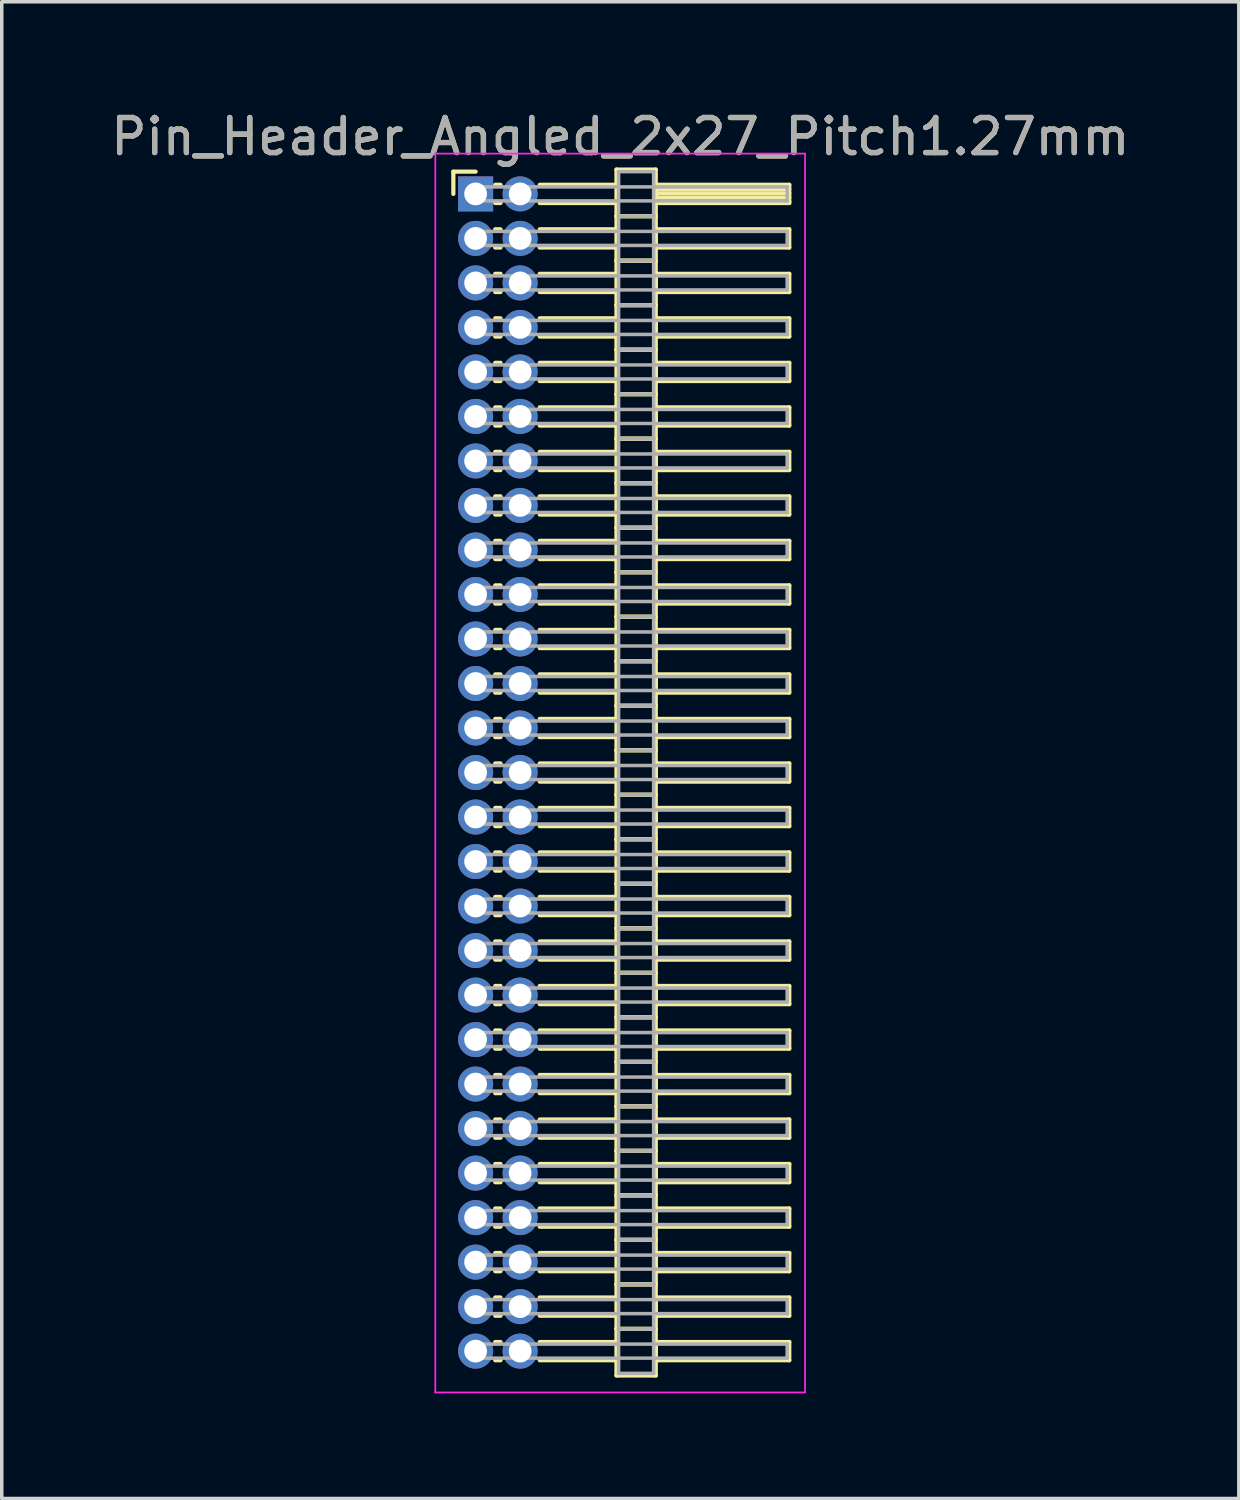
<source format=kicad_pcb>
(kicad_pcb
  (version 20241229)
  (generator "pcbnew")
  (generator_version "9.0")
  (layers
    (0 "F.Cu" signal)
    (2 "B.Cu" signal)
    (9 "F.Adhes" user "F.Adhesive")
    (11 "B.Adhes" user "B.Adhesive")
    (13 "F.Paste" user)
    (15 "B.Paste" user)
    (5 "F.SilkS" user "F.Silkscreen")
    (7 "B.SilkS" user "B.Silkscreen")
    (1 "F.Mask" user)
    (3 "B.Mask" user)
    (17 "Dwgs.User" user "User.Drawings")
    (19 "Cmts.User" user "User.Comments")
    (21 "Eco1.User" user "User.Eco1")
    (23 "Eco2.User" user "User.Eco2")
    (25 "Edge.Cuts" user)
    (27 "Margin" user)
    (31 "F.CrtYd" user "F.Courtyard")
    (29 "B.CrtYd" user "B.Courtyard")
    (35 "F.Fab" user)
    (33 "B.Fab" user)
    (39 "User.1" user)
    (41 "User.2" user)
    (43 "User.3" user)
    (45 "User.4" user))
  (footprint "Pin_Header_Angled_2x27_Pitch1.27mm"
    (layer "F.Cu")
    (at 10.521 2.483)
    (property "Reference" "Pin_Header_Angled_2x27_Pitch1.27mm" (at 4.128 -1.635 0) (layer "F.SilkS") (effects (font (size 1 1) (thickness 0.15))))
    (attr through_hole)
    (fp_line (start -0.635 -0.635) (end 0 -0.635) (stroke (width 0.12) (type solid)) (layer "F.SilkS"))
    (fp_line (start -0.635 0) (end -0.635 -0.635) (stroke (width 0.12) (type solid)) (layer "F.SilkS"))
    (fp_line (start 0.56 -0.26) (end 0.71 -0.26) (stroke (width 0.12) (type solid)) (layer "F.SilkS"))
    (fp_line (start 0.56 0.26) (end 0.71 0.26) (stroke (width 0.12) (type solid)) (layer "F.SilkS"))
    (fp_line (start 0.56 1.01) (end 0.71 1.01) (stroke (width 0.12) (type solid)) (layer "F.SilkS"))
    (fp_line (start 0.56 1.53) (end 0.71 1.53) (stroke (width 0.12) (type solid)) (layer "F.SilkS"))
    (fp_line (start 0.56 2.28) (end 0.71 2.28) (stroke (width 0.12) (type solid)) (layer "F.SilkS"))
    (fp_line (start 0.56 2.8) (end 0.71 2.8) (stroke (width 0.12) (type solid)) (layer "F.SilkS"))
    (fp_line (start 0.56 3.55) (end 0.71 3.55) (stroke (width 0.12) (type solid)) (layer "F.SilkS"))
    (fp_line (start 0.56 4.07) (end 0.71 4.07) (stroke (width 0.12) (type solid)) (layer "F.SilkS"))
    (fp_line (start 0.56 4.82) (end 0.71 4.82) (stroke (width 0.12) (type solid)) (layer "F.SilkS"))
    (fp_line (start 0.56 5.34) (end 0.71 5.34) (stroke (width 0.12) (type solid)) (layer "F.SilkS"))
    (fp_line (start 0.56 6.09) (end 0.71 6.09) (stroke (width 0.12) (type solid)) (layer "F.SilkS"))
    (fp_line (start 0.56 6.61) (end 0.71 6.61) (stroke (width 0.12) (type solid)) (layer "F.SilkS"))
    (fp_line (start 0.56 7.36) (end 0.71 7.36) (stroke (width 0.12) (type solid)) (layer "F.SilkS"))
    (fp_line (start 0.56 7.88) (end 0.71 7.88) (stroke (width 0.12) (type solid)) (layer "F.SilkS"))
    (fp_line (start 0.56 8.63) (end 0.71 8.63) (stroke (width 0.12) (type solid)) (layer "F.SilkS"))
    (fp_line (start 0.56 9.15) (end 0.71 9.15) (stroke (width 0.12) (type solid)) (layer "F.SilkS"))
    (fp_line (start 0.56 9.9) (end 0.71 9.9) (stroke (width 0.12) (type solid)) (layer "F.SilkS"))
    (fp_line (start 0.56 10.42) (end 0.71 10.42) (stroke (width 0.12) (type solid)) (layer "F.SilkS"))
    (fp_line (start 0.56 11.17) (end 0.71 11.17) (stroke (width 0.12) (type solid)) (layer "F.SilkS"))
    (fp_line (start 0.56 11.69) (end 0.71 11.69) (stroke (width 0.12) (type solid)) (layer "F.SilkS"))
    (fp_line (start 0.56 12.44) (end 0.71 12.44) (stroke (width 0.12) (type solid)) (layer "F.SilkS"))
    (fp_line (start 0.56 12.96) (end 0.71 12.96) (stroke (width 0.12) (type solid)) (layer "F.SilkS"))
    (fp_line (start 0.56 13.71) (end 0.71 13.71) (stroke (width 0.12) (type solid)) (layer "F.SilkS"))
    (fp_line (start 0.56 14.23) (end 0.71 14.23) (stroke (width 0.12) (type solid)) (layer "F.SilkS"))
    (fp_line (start 0.56 14.98) (end 0.71 14.98) (stroke (width 0.12) (type solid)) (layer "F.SilkS"))
    (fp_line (start 0.56 15.5) (end 0.71 15.5) (stroke (width 0.12) (type solid)) (layer "F.SilkS"))
    (fp_line (start 0.56 16.25) (end 0.71 16.25) (stroke (width 0.12) (type solid)) (layer "F.SilkS"))
    (fp_line (start 0.56 16.77) (end 0.71 16.77) (stroke (width 0.12) (type solid)) (layer "F.SilkS"))
    (fp_line (start 0.56 17.52) (end 0.71 17.52) (stroke (width 0.12) (type solid)) (layer "F.SilkS"))
    (fp_line (start 0.56 18.04) (end 0.71 18.04) (stroke (width 0.12) (type solid)) (layer "F.SilkS"))
    (fp_line (start 0.56 18.79) (end 0.71 18.79) (stroke (width 0.12) (type solid)) (layer "F.SilkS"))
    (fp_line (start 0.56 19.31) (end 0.71 19.31) (stroke (width 0.12) (type solid)) (layer "F.SilkS"))
    (fp_line (start 0.56 20.06) (end 0.71 20.06) (stroke (width 0.12) (type solid)) (layer "F.SilkS"))
    (fp_line (start 0.56 20.58) (end 0.71 20.58) (stroke (width 0.12) (type solid)) (layer "F.SilkS"))
    (fp_line (start 0.56 21.33) (end 0.71 21.33) (stroke (width 0.12) (type solid)) (layer "F.SilkS"))
    (fp_line (start 0.56 21.85) (end 0.71 21.85) (stroke (width 0.12) (type solid)) (layer "F.SilkS"))
    (fp_line (start 0.56 22.6) (end 0.71 22.6) (stroke (width 0.12) (type solid)) (layer "F.SilkS"))
    (fp_line (start 0.56 23.12) (end 0.71 23.12) (stroke (width 0.12) (type solid)) (layer "F.SilkS"))
    (fp_line (start 0.56 23.87) (end 0.71 23.87) (stroke (width 0.12) (type solid)) (layer "F.SilkS"))
    (fp_line (start 0.56 24.39) (end 0.71 24.39) (stroke (width 0.12) (type solid)) (layer "F.SilkS"))
    (fp_line (start 0.56 25.14) (end 0.71 25.14) (stroke (width 0.12) (type solid)) (layer "F.SilkS"))
    (fp_line (start 0.56 25.66) (end 0.71 25.66) (stroke (width 0.12) (type solid)) (layer "F.SilkS"))
    (fp_line (start 0.56 26.41) (end 0.71 26.41) (stroke (width 0.12) (type solid)) (layer "F.SilkS"))
    (fp_line (start 0.56 26.93) (end 0.71 26.93) (stroke (width 0.12) (type solid)) (layer "F.SilkS"))
    (fp_line (start 0.56 27.68) (end 0.71 27.68) (stroke (width 0.12) (type solid)) (layer "F.SilkS"))
    (fp_line (start 0.56 28.2) (end 0.71 28.2) (stroke (width 0.12) (type solid)) (layer "F.SilkS"))
    (fp_line (start 0.56 28.95) (end 0.71 28.95) (stroke (width 0.12) (type solid)) (layer "F.SilkS"))
    (fp_line (start 0.56 29.47) (end 0.71 29.47) (stroke (width 0.12) (type solid)) (layer "F.SilkS"))
    (fp_line (start 0.56 30.22) (end 0.71 30.22) (stroke (width 0.12) (type solid)) (layer "F.SilkS"))
    (fp_line (start 0.56 30.74) (end 0.71 30.74) (stroke (width 0.12) (type solid)) (layer "F.SilkS"))
    (fp_line (start 0.56 31.49) (end 0.71 31.49) (stroke (width 0.12) (type solid)) (layer "F.SilkS"))
    (fp_line (start 0.56 32.01) (end 0.71 32.01) (stroke (width 0.12) (type solid)) (layer "F.SilkS"))
    (fp_line (start 0.56 32.76) (end 0.71 32.76) (stroke (width 0.12) (type solid)) (layer "F.SilkS"))
    (fp_line (start 0.56 33.28) (end 0.71 33.28) (stroke (width 0.12) (type solid)) (layer "F.SilkS"))
    (fp_line (start 1.83 -0.26) (end 4.02 -0.26) (stroke (width 0.12) (type solid)) (layer "F.SilkS"))
    (fp_line (start 1.83 0.26) (end 4.02 0.26) (stroke (width 0.12) (type solid)) (layer "F.SilkS"))
    (fp_line (start 1.83 1.01) (end 4.02 1.01) (stroke (width 0.12) (type solid)) (layer "F.SilkS"))
    (fp_line (start 1.83 1.53) (end 4.02 1.53) (stroke (width 0.12) (type solid)) (layer "F.SilkS"))
    (fp_line (start 1.83 2.28) (end 4.02 2.28) (stroke (width 0.12) (type solid)) (layer "F.SilkS"))
    (fp_line (start 1.83 2.8) (end 4.02 2.8) (stroke (width 0.12) (type solid)) (layer "F.SilkS"))
    (fp_line (start 1.83 3.55) (end 4.02 3.55) (stroke (width 0.12) (type solid)) (layer "F.SilkS"))
    (fp_line (start 1.83 4.07) (end 4.02 4.07) (stroke (width 0.12) (type solid)) (layer "F.SilkS"))
    (fp_line (start 1.83 4.82) (end 4.02 4.82) (stroke (width 0.12) (type solid)) (layer "F.SilkS"))
    (fp_line (start 1.83 5.34) (end 4.02 5.34) (stroke (width 0.12) (type solid)) (layer "F.SilkS"))
    (fp_line (start 1.83 6.09) (end 4.02 6.09) (stroke (width 0.12) (type solid)) (layer "F.SilkS"))
    (fp_line (start 1.83 6.61) (end 4.02 6.61) (stroke (width 0.12) (type solid)) (layer "F.SilkS"))
    (fp_line (start 1.83 7.36) (end 4.02 7.36) (stroke (width 0.12) (type solid)) (layer "F.SilkS"))
    (fp_line (start 1.83 7.88) (end 4.02 7.88) (stroke (width 0.12) (type solid)) (layer "F.SilkS"))
    (fp_line (start 1.83 8.63) (end 4.02 8.63) (stroke (width 0.12) (type solid)) (layer "F.SilkS"))
    (fp_line (start 1.83 9.15) (end 4.02 9.15) (stroke (width 0.12) (type solid)) (layer "F.SilkS"))
    (fp_line (start 1.83 9.9) (end 4.02 9.9) (stroke (width 0.12) (type solid)) (layer "F.SilkS"))
    (fp_line (start 1.83 10.42) (end 4.02 10.42) (stroke (width 0.12) (type solid)) (layer "F.SilkS"))
    (fp_line (start 1.83 11.17) (end 4.02 11.17) (stroke (width 0.12) (type solid)) (layer "F.SilkS"))
    (fp_line (start 1.83 11.69) (end 4.02 11.69) (stroke (width 0.12) (type solid)) (layer "F.SilkS"))
    (fp_line (start 1.83 12.44) (end 4.02 12.44) (stroke (width 0.12) (type solid)) (layer "F.SilkS"))
    (fp_line (start 1.83 12.96) (end 4.02 12.96) (stroke (width 0.12) (type solid)) (layer "F.SilkS"))
    (fp_line (start 1.83 13.71) (end 4.02 13.71) (stroke (width 0.12) (type solid)) (layer "F.SilkS"))
    (fp_line (start 1.83 14.23) (end 4.02 14.23) (stroke (width 0.12) (type solid)) (layer "F.SilkS"))
    (fp_line (start 1.83 14.98) (end 4.02 14.98) (stroke (width 0.12) (type solid)) (layer "F.SilkS"))
    (fp_line (start 1.83 15.5) (end 4.02 15.5) (stroke (width 0.12) (type solid)) (layer "F.SilkS"))
    (fp_line (start 1.83 16.25) (end 4.02 16.25) (stroke (width 0.12) (type solid)) (layer "F.SilkS"))
    (fp_line (start 1.83 16.77) (end 4.02 16.77) (stroke (width 0.12) (type solid)) (layer "F.SilkS"))
    (fp_line (start 1.83 17.52) (end 4.02 17.52) (stroke (width 0.12) (type solid)) (layer "F.SilkS"))
    (fp_line (start 1.83 18.04) (end 4.02 18.04) (stroke (width 0.12) (type solid)) (layer "F.SilkS"))
    (fp_line (start 1.83 18.79) (end 4.02 18.79) (stroke (width 0.12) (type solid)) (layer "F.SilkS"))
    (fp_line (start 1.83 19.31) (end 4.02 19.31) (stroke (width 0.12) (type solid)) (layer "F.SilkS"))
    (fp_line (start 1.83 20.06) (end 4.02 20.06) (stroke (width 0.12) (type solid)) (layer "F.SilkS"))
    (fp_line (start 1.83 20.58) (end 4.02 20.58) (stroke (width 0.12) (type solid)) (layer "F.SilkS"))
    (fp_line (start 1.83 21.33) (end 4.02 21.33) (stroke (width 0.12) (type solid)) (layer "F.SilkS"))
    (fp_line (start 1.83 21.85) (end 4.02 21.85) (stroke (width 0.12) (type solid)) (layer "F.SilkS"))
    (fp_line (start 1.83 22.6) (end 4.02 22.6) (stroke (width 0.12) (type solid)) (layer "F.SilkS"))
    (fp_line (start 1.83 23.12) (end 4.02 23.12) (stroke (width 0.12) (type solid)) (layer "F.SilkS"))
    (fp_line (start 1.83 23.87) (end 4.02 23.87) (stroke (width 0.12) (type solid)) (layer "F.SilkS"))
    (fp_line (start 1.83 24.39) (end 4.02 24.39) (stroke (width 0.12) (type solid)) (layer "F.SilkS"))
    (fp_line (start 1.83 25.14) (end 4.02 25.14) (stroke (width 0.12) (type solid)) (layer "F.SilkS"))
    (fp_line (start 1.83 25.66) (end 4.02 25.66) (stroke (width 0.12) (type solid)) (layer "F.SilkS"))
    (fp_line (start 1.83 26.41) (end 4.02 26.41) (stroke (width 0.12) (type solid)) (layer "F.SilkS"))
    (fp_line (start 1.83 26.93) (end 4.02 26.93) (stroke (width 0.12) (type solid)) (layer "F.SilkS"))
    (fp_line (start 1.83 27.68) (end 4.02 27.68) (stroke (width 0.12) (type solid)) (layer "F.SilkS"))
    (fp_line (start 1.83 28.2) (end 4.02 28.2) (stroke (width 0.12) (type solid)) (layer "F.SilkS"))
    (fp_line (start 1.83 28.95) (end 4.02 28.95) (stroke (width 0.12) (type solid)) (layer "F.SilkS"))
    (fp_line (start 1.83 29.47) (end 4.02 29.47) (stroke (width 0.12) (type solid)) (layer "F.SilkS"))
    (fp_line (start 1.83 30.22) (end 4.02 30.22) (stroke (width 0.12) (type solid)) (layer "F.SilkS"))
    (fp_line (start 1.83 30.74) (end 4.02 30.74) (stroke (width 0.12) (type solid)) (layer "F.SilkS"))
    (fp_line (start 1.83 31.49) (end 4.02 31.49) (stroke (width 0.12) (type solid)) (layer "F.SilkS"))
    (fp_line (start 1.83 32.01) (end 4.02 32.01) (stroke (width 0.12) (type solid)) (layer "F.SilkS"))
    (fp_line (start 1.83 32.76) (end 4.02 32.76) (stroke (width 0.12) (type solid)) (layer "F.SilkS"))
    (fp_line (start 1.83 33.28) (end 4.02 33.28) (stroke (width 0.12) (type solid)) (layer "F.SilkS"))
    (fp_line (start 4.02 -0.695) (end 4.02 0.635) (stroke (width 0.12) (type solid)) (layer "F.SilkS"))
    (fp_line (start 4.02 0.635) (end 4.02 1.905) (stroke (width 0.12) (type solid)) (layer "F.SilkS"))
    (fp_line (start 4.02 0.635) (end 5.14 0.635) (stroke (width 0.12) (type solid)) (layer "F.SilkS"))
    (fp_line (start 4.02 1.905) (end 4.02 3.175) (stroke (width 0.12) (type solid)) (layer "F.SilkS"))
    (fp_line (start 4.02 1.905) (end 5.14 1.905) (stroke (width 0.12) (type solid)) (layer "F.SilkS"))
    (fp_line (start 4.02 3.175) (end 4.02 4.445) (stroke (width 0.12) (type solid)) (layer "F.SilkS"))
    (fp_line (start 4.02 3.175) (end 5.14 3.175) (stroke (width 0.12) (type solid)) (layer "F.SilkS"))
    (fp_line (start 4.02 4.445) (end 4.02 5.715) (stroke (width 0.12) (type solid)) (layer "F.SilkS"))
    (fp_line (start 4.02 4.445) (end 5.14 4.445) (stroke (width 0.12) (type solid)) (layer "F.SilkS"))
    (fp_line (start 4.02 5.715) (end 4.02 6.985) (stroke (width 0.12) (type solid)) (layer "F.SilkS"))
    (fp_line (start 4.02 5.715) (end 5.14 5.715) (stroke (width 0.12) (type solid)) (layer "F.SilkS"))
    (fp_line (start 4.02 6.985) (end 4.02 8.255) (stroke (width 0.12) (type solid)) (layer "F.SilkS"))
    (fp_line (start 4.02 6.985) (end 5.14 6.985) (stroke (width 0.12) (type solid)) (layer "F.SilkS"))
    (fp_line (start 4.02 8.255) (end 4.02 9.525) (stroke (width 0.12) (type solid)) (layer "F.SilkS"))
    (fp_line (start 4.02 8.255) (end 5.14 8.255) (stroke (width 0.12) (type solid)) (layer "F.SilkS"))
    (fp_line (start 4.02 9.525) (end 4.02 10.795) (stroke (width 0.12) (type solid)) (layer "F.SilkS"))
    (fp_line (start 4.02 9.525) (end 5.14 9.525) (stroke (width 0.12) (type solid)) (layer "F.SilkS"))
    (fp_line (start 4.02 10.795) (end 4.02 12.065) (stroke (width 0.12) (type solid)) (layer "F.SilkS"))
    (fp_line (start 4.02 10.795) (end 5.14 10.795) (stroke (width 0.12) (type solid)) (layer "F.SilkS"))
    (fp_line (start 4.02 12.065) (end 4.02 13.335) (stroke (width 0.12) (type solid)) (layer "F.SilkS"))
    (fp_line (start 4.02 12.065) (end 5.14 12.065) (stroke (width 0.12) (type solid)) (layer "F.SilkS"))
    (fp_line (start 4.02 13.335) (end 4.02 14.605) (stroke (width 0.12) (type solid)) (layer "F.SilkS"))
    (fp_line (start 4.02 13.335) (end 5.14 13.335) (stroke (width 0.12) (type solid)) (layer "F.SilkS"))
    (fp_line (start 4.02 14.605) (end 4.02 15.875) (stroke (width 0.12) (type solid)) (layer "F.SilkS"))
    (fp_line (start 4.02 14.605) (end 5.14 14.605) (stroke (width 0.12) (type solid)) (layer "F.SilkS"))
    (fp_line (start 4.02 15.875) (end 4.02 17.145) (stroke (width 0.12) (type solid)) (layer "F.SilkS"))
    (fp_line (start 4.02 15.875) (end 5.14 15.875) (stroke (width 0.12) (type solid)) (layer "F.SilkS"))
    (fp_line (start 4.02 17.145) (end 4.02 18.415) (stroke (width 0.12) (type solid)) (layer "F.SilkS"))
    (fp_line (start 4.02 17.145) (end 5.14 17.145) (stroke (width 0.12) (type solid)) (layer "F.SilkS"))
    (fp_line (start 4.02 18.415) (end 4.02 19.685) (stroke (width 0.12) (type solid)) (layer "F.SilkS"))
    (fp_line (start 4.02 18.415) (end 5.14 18.415) (stroke (width 0.12) (type solid)) (layer "F.SilkS"))
    (fp_line (start 4.02 19.685) (end 4.02 20.955) (stroke (width 0.12) (type solid)) (layer "F.SilkS"))
    (fp_line (start 4.02 19.685) (end 5.14 19.685) (stroke (width 0.12) (type solid)) (layer "F.SilkS"))
    (fp_line (start 4.02 20.955) (end 4.02 22.225) (stroke (width 0.12) (type solid)) (layer "F.SilkS"))
    (fp_line (start 4.02 20.955) (end 5.14 20.955) (stroke (width 0.12) (type solid)) (layer "F.SilkS"))
    (fp_line (start 4.02 22.225) (end 4.02 23.495) (stroke (width 0.12) (type solid)) (layer "F.SilkS"))
    (fp_line (start 4.02 22.225) (end 5.14 22.225) (stroke (width 0.12) (type solid)) (layer "F.SilkS"))
    (fp_line (start 4.02 23.495) (end 4.02 24.765) (stroke (width 0.12) (type solid)) (layer "F.SilkS"))
    (fp_line (start 4.02 23.495) (end 5.14 23.495) (stroke (width 0.12) (type solid)) (layer "F.SilkS"))
    (fp_line (start 4.02 24.765) (end 4.02 26.035) (stroke (width 0.12) (type solid)) (layer "F.SilkS"))
    (fp_line (start 4.02 24.765) (end 5.14 24.765) (stroke (width 0.12) (type solid)) (layer "F.SilkS"))
    (fp_line (start 4.02 26.035) (end 4.02 27.305) (stroke (width 0.12) (type solid)) (layer "F.SilkS"))
    (fp_line (start 4.02 26.035) (end 5.14 26.035) (stroke (width 0.12) (type solid)) (layer "F.SilkS"))
    (fp_line (start 4.02 27.305) (end 4.02 28.575) (stroke (width 0.12) (type solid)) (layer "F.SilkS"))
    (fp_line (start 4.02 27.305) (end 5.14 27.305) (stroke (width 0.12) (type solid)) (layer "F.SilkS"))
    (fp_line (start 4.02 28.575) (end 4.02 29.845) (stroke (width 0.12) (type solid)) (layer "F.SilkS"))
    (fp_line (start 4.02 28.575) (end 5.14 28.575) (stroke (width 0.12) (type solid)) (layer "F.SilkS"))
    (fp_line (start 4.02 29.845) (end 4.02 31.115) (stroke (width 0.12) (type solid)) (layer "F.SilkS"))
    (fp_line (start 4.02 29.845) (end 5.14 29.845) (stroke (width 0.12) (type solid)) (layer "F.SilkS"))
    (fp_line (start 4.02 31.115) (end 4.02 32.385) (stroke (width 0.12) (type solid)) (layer "F.SilkS"))
    (fp_line (start 4.02 31.115) (end 5.14 31.115) (stroke (width 0.12) (type solid)) (layer "F.SilkS"))
    (fp_line (start 4.02 32.385) (end 4.02 33.715) (stroke (width 0.12) (type solid)) (layer "F.SilkS"))
    (fp_line (start 4.02 32.385) (end 5.14 32.385) (stroke (width 0.12) (type solid)) (layer "F.SilkS"))
    (fp_line (start 4.02 33.715) (end 5.14 33.715) (stroke (width 0.12) (type solid)) (layer "F.SilkS"))
    (fp_line (start 5.14 -0.695) (end 4.02 -0.695) (stroke (width 0.12) (type solid)) (layer "F.SilkS"))
    (fp_line (start 5.14 -0.26) (end 5.14 0.26) (stroke (width 0.12) (type solid)) (layer "F.SilkS"))
    (fp_line (start 5.14 -0.14) (end 8.95 -0.14) (stroke (width 0.12) (type solid)) (layer "F.SilkS"))
    (fp_line (start 5.14 -0.02) (end 8.95 -0.02) (stroke (width 0.12) (type solid)) (layer "F.SilkS"))
    (fp_line (start 5.14 0.1) (end 8.95 0.1) (stroke (width 0.12) (type solid)) (layer "F.SilkS"))
    (fp_line (start 5.14 0.22) (end 8.95 0.22) (stroke (width 0.12) (type solid)) (layer "F.SilkS"))
    (fp_line (start 5.14 0.26) (end 8.95 0.26) (stroke (width 0.12) (type solid)) (layer "F.SilkS"))
    (fp_line (start 5.14 0.635) (end 4.02 0.635) (stroke (width 0.12) (type solid)) (layer "F.SilkS"))
    (fp_line (start 5.14 0.635) (end 5.14 -0.695) (stroke (width 0.12) (type solid)) (layer "F.SilkS"))
    (fp_line (start 5.14 1.01) (end 5.14 1.53) (stroke (width 0.12) (type solid)) (layer "F.SilkS"))
    (fp_line (start 5.14 1.53) (end 8.95 1.53) (stroke (width 0.12) (type solid)) (layer "F.SilkS"))
    (fp_line (start 5.14 1.905) (end 4.02 1.905) (stroke (width 0.12) (type solid)) (layer "F.SilkS"))
    (fp_line (start 5.14 1.905) (end 5.14 0.635) (stroke (width 0.12) (type solid)) (layer "F.SilkS"))
    (fp_line (start 5.14 2.28) (end 5.14 2.8) (stroke (width 0.12) (type solid)) (layer "F.SilkS"))
    (fp_line (start 5.14 2.8) (end 8.95 2.8) (stroke (width 0.12) (type solid)) (layer "F.SilkS"))
    (fp_line (start 5.14 3.175) (end 4.02 3.175) (stroke (width 0.12) (type solid)) (layer "F.SilkS"))
    (fp_line (start 5.14 3.175) (end 5.14 1.905) (stroke (width 0.12) (type solid)) (layer "F.SilkS"))
    (fp_line (start 5.14 3.55) (end 5.14 4.07) (stroke (width 0.12) (type solid)) (layer "F.SilkS"))
    (fp_line (start 5.14 4.07) (end 8.95 4.07) (stroke (width 0.12) (type solid)) (layer "F.SilkS"))
    (fp_line (start 5.14 4.445) (end 4.02 4.445) (stroke (width 0.12) (type solid)) (layer "F.SilkS"))
    (fp_line (start 5.14 4.445) (end 5.14 3.175) (stroke (width 0.12) (type solid)) (layer "F.SilkS"))
    (fp_line (start 5.14 4.82) (end 5.14 5.34) (stroke (width 0.12) (type solid)) (layer "F.SilkS"))
    (fp_line (start 5.14 5.34) (end 8.95 5.34) (stroke (width 0.12) (type solid)) (layer "F.SilkS"))
    (fp_line (start 5.14 5.715) (end 4.02 5.715) (stroke (width 0.12) (type solid)) (layer "F.SilkS"))
    (fp_line (start 5.14 5.715) (end 5.14 4.445) (stroke (width 0.12) (type solid)) (layer "F.SilkS"))
    (fp_line (start 5.14 6.09) (end 5.14 6.61) (stroke (width 0.12) (type solid)) (layer "F.SilkS"))
    (fp_line (start 5.14 6.61) (end 8.95 6.61) (stroke (width 0.12) (type solid)) (layer "F.SilkS"))
    (fp_line (start 5.14 6.985) (end 4.02 6.985) (stroke (width 0.12) (type solid)) (layer "F.SilkS"))
    (fp_line (start 5.14 6.985) (end 5.14 5.715) (stroke (width 0.12) (type solid)) (layer "F.SilkS"))
    (fp_line (start 5.14 7.36) (end 5.14 7.88) (stroke (width 0.12) (type solid)) (layer "F.SilkS"))
    (fp_line (start 5.14 7.88) (end 8.95 7.88) (stroke (width 0.12) (type solid)) (layer "F.SilkS"))
    (fp_line (start 5.14 8.255) (end 4.02 8.255) (stroke (width 0.12) (type solid)) (layer "F.SilkS"))
    (fp_line (start 5.14 8.255) (end 5.14 6.985) (stroke (width 0.12) (type solid)) (layer "F.SilkS"))
    (fp_line (start 5.14 8.63) (end 5.14 9.15) (stroke (width 0.12) (type solid)) (layer "F.SilkS"))
    (fp_line (start 5.14 9.15) (end 8.95 9.15) (stroke (width 0.12) (type solid)) (layer "F.SilkS"))
    (fp_line (start 5.14 9.525) (end 4.02 9.525) (stroke (width 0.12) (type solid)) (layer "F.SilkS"))
    (fp_line (start 5.14 9.525) (end 5.14 8.255) (stroke (width 0.12) (type solid)) (layer "F.SilkS"))
    (fp_line (start 5.14 9.9) (end 5.14 10.42) (stroke (width 0.12) (type solid)) (layer "F.SilkS"))
    (fp_line (start 5.14 10.42) (end 8.95 10.42) (stroke (width 0.12) (type solid)) (layer "F.SilkS"))
    (fp_line (start 5.14 10.795) (end 4.02 10.795) (stroke (width 0.12) (type solid)) (layer "F.SilkS"))
    (fp_line (start 5.14 10.795) (end 5.14 9.525) (stroke (width 0.12) (type solid)) (layer "F.SilkS"))
    (fp_line (start 5.14 11.17) (end 5.14 11.69) (stroke (width 0.12) (type solid)) (layer "F.SilkS"))
    (fp_line (start 5.14 11.69) (end 8.95 11.69) (stroke (width 0.12) (type solid)) (layer "F.SilkS"))
    (fp_line (start 5.14 12.065) (end 4.02 12.065) (stroke (width 0.12) (type solid)) (layer "F.SilkS"))
    (fp_line (start 5.14 12.065) (end 5.14 10.795) (stroke (width 0.12) (type solid)) (layer "F.SilkS"))
    (fp_line (start 5.14 12.44) (end 5.14 12.96) (stroke (width 0.12) (type solid)) (layer "F.SilkS"))
    (fp_line (start 5.14 12.96) (end 8.95 12.96) (stroke (width 0.12) (type solid)) (layer "F.SilkS"))
    (fp_line (start 5.14 13.335) (end 4.02 13.335) (stroke (width 0.12) (type solid)) (layer "F.SilkS"))
    (fp_line (start 5.14 13.335) (end 5.14 12.065) (stroke (width 0.12) (type solid)) (layer "F.SilkS"))
    (fp_line (start 5.14 13.71) (end 5.14 14.23) (stroke (width 0.12) (type solid)) (layer "F.SilkS"))
    (fp_line (start 5.14 14.23) (end 8.95 14.23) (stroke (width 0.12) (type solid)) (layer "F.SilkS"))
    (fp_line (start 5.14 14.605) (end 4.02 14.605) (stroke (width 0.12) (type solid)) (layer "F.SilkS"))
    (fp_line (start 5.14 14.605) (end 5.14 13.335) (stroke (width 0.12) (type solid)) (layer "F.SilkS"))
    (fp_line (start 5.14 14.98) (end 5.14 15.5) (stroke (width 0.12) (type solid)) (layer "F.SilkS"))
    (fp_line (start 5.14 15.5) (end 8.95 15.5) (stroke (width 0.12) (type solid)) (layer "F.SilkS"))
    (fp_line (start 5.14 15.875) (end 4.02 15.875) (stroke (width 0.12) (type solid)) (layer "F.SilkS"))
    (fp_line (start 5.14 15.875) (end 5.14 14.605) (stroke (width 0.12) (type solid)) (layer "F.SilkS"))
    (fp_line (start 5.14 16.25) (end 5.14 16.77) (stroke (width 0.12) (type solid)) (layer "F.SilkS"))
    (fp_line (start 5.14 16.77) (end 8.95 16.77) (stroke (width 0.12) (type solid)) (layer "F.SilkS"))
    (fp_line (start 5.14 17.145) (end 4.02 17.145) (stroke (width 0.12) (type solid)) (layer "F.SilkS"))
    (fp_line (start 5.14 17.145) (end 5.14 15.875) (stroke (width 0.12) (type solid)) (layer "F.SilkS"))
    (fp_line (start 5.14 17.52) (end 5.14 18.04) (stroke (width 0.12) (type solid)) (layer "F.SilkS"))
    (fp_line (start 5.14 18.04) (end 8.95 18.04) (stroke (width 0.12) (type solid)) (layer "F.SilkS"))
    (fp_line (start 5.14 18.415) (end 4.02 18.415) (stroke (width 0.12) (type solid)) (layer "F.SilkS"))
    (fp_line (start 5.14 18.415) (end 5.14 17.145) (stroke (width 0.12) (type solid)) (layer "F.SilkS"))
    (fp_line (start 5.14 18.79) (end 5.14 19.31) (stroke (width 0.12) (type solid)) (layer "F.SilkS"))
    (fp_line (start 5.14 19.31) (end 8.95 19.31) (stroke (width 0.12) (type solid)) (layer "F.SilkS"))
    (fp_line (start 5.14 19.685) (end 4.02 19.685) (stroke (width 0.12) (type solid)) (layer "F.SilkS"))
    (fp_line (start 5.14 19.685) (end 5.14 18.415) (stroke (width 0.12) (type solid)) (layer "F.SilkS"))
    (fp_line (start 5.14 20.06) (end 5.14 20.58) (stroke (width 0.12) (type solid)) (layer "F.SilkS"))
    (fp_line (start 5.14 20.58) (end 8.95 20.58) (stroke (width 0.12) (type solid)) (layer "F.SilkS"))
    (fp_line (start 5.14 20.955) (end 4.02 20.955) (stroke (width 0.12) (type solid)) (layer "F.SilkS"))
    (fp_line (start 5.14 20.955) (end 5.14 19.685) (stroke (width 0.12) (type solid)) (layer "F.SilkS"))
    (fp_line (start 5.14 21.33) (end 5.14 21.85) (stroke (width 0.12) (type solid)) (layer "F.SilkS"))
    (fp_line (start 5.14 21.85) (end 8.95 21.85) (stroke (width 0.12) (type solid)) (layer "F.SilkS"))
    (fp_line (start 5.14 22.225) (end 4.02 22.225) (stroke (width 0.12) (type solid)) (layer "F.SilkS"))
    (fp_line (start 5.14 22.225) (end 5.14 20.955) (stroke (width 0.12) (type solid)) (layer "F.SilkS"))
    (fp_line (start 5.14 22.6) (end 5.14 23.12) (stroke (width 0.12) (type solid)) (layer "F.SilkS"))
    (fp_line (start 5.14 23.12) (end 8.95 23.12) (stroke (width 0.12) (type solid)) (layer "F.SilkS"))
    (fp_line (start 5.14 23.495) (end 4.02 23.495) (stroke (width 0.12) (type solid)) (layer "F.SilkS"))
    (fp_line (start 5.14 23.495) (end 5.14 22.225) (stroke (width 0.12) (type solid)) (layer "F.SilkS"))
    (fp_line (start 5.14 23.87) (end 5.14 24.39) (stroke (width 0.12) (type solid)) (layer "F.SilkS"))
    (fp_line (start 5.14 24.39) (end 8.95 24.39) (stroke (width 0.12) (type solid)) (layer "F.SilkS"))
    (fp_line (start 5.14 24.765) (end 4.02 24.765) (stroke (width 0.12) (type solid)) (layer "F.SilkS"))
    (fp_line (start 5.14 24.765) (end 5.14 23.495) (stroke (width 0.12) (type solid)) (layer "F.SilkS"))
    (fp_line (start 5.14 25.14) (end 5.14 25.66) (stroke (width 0.12) (type solid)) (layer "F.SilkS"))
    (fp_line (start 5.14 25.66) (end 8.95 25.66) (stroke (width 0.12) (type solid)) (layer "F.SilkS"))
    (fp_line (start 5.14 26.035) (end 4.02 26.035) (stroke (width 0.12) (type solid)) (layer "F.SilkS"))
    (fp_line (start 5.14 26.035) (end 5.14 24.765) (stroke (width 0.12) (type solid)) (layer "F.SilkS"))
    (fp_line (start 5.14 26.41) (end 5.14 26.93) (stroke (width 0.12) (type solid)) (layer "F.SilkS"))
    (fp_line (start 5.14 26.93) (end 8.95 26.93) (stroke (width 0.12) (type solid)) (layer "F.SilkS"))
    (fp_line (start 5.14 27.305) (end 4.02 27.305) (stroke (width 0.12) (type solid)) (layer "F.SilkS"))
    (fp_line (start 5.14 27.305) (end 5.14 26.035) (stroke (width 0.12) (type solid)) (layer "F.SilkS"))
    (fp_line (start 5.14 27.68) (end 5.14 28.2) (stroke (width 0.12) (type solid)) (layer "F.SilkS"))
    (fp_line (start 5.14 28.2) (end 8.95 28.2) (stroke (width 0.12) (type solid)) (layer "F.SilkS"))
    (fp_line (start 5.14 28.575) (end 4.02 28.575) (stroke (width 0.12) (type solid)) (layer "F.SilkS"))
    (fp_line (start 5.14 28.575) (end 5.14 27.305) (stroke (width 0.12) (type solid)) (layer "F.SilkS"))
    (fp_line (start 5.14 28.95) (end 5.14 29.47) (stroke (width 0.12) (type solid)) (layer "F.SilkS"))
    (fp_line (start 5.14 29.47) (end 8.95 29.47) (stroke (width 0.12) (type solid)) (layer "F.SilkS"))
    (fp_line (start 5.14 29.845) (end 4.02 29.845) (stroke (width 0.12) (type solid)) (layer "F.SilkS"))
    (fp_line (start 5.14 29.845) (end 5.14 28.575) (stroke (width 0.12) (type solid)) (layer "F.SilkS"))
    (fp_line (start 5.14 30.22) (end 5.14 30.74) (stroke (width 0.12) (type solid)) (layer "F.SilkS"))
    (fp_line (start 5.14 30.74) (end 8.95 30.74) (stroke (width 0.12) (type solid)) (layer "F.SilkS"))
    (fp_line (start 5.14 31.115) (end 4.02 31.115) (stroke (width 0.12) (type solid)) (layer "F.SilkS"))
    (fp_line (start 5.14 31.115) (end 5.14 29.845) (stroke (width 0.12) (type solid)) (layer "F.SilkS"))
    (fp_line (start 5.14 31.49) (end 5.14 32.01) (stroke (width 0.12) (type solid)) (layer "F.SilkS"))
    (fp_line (start 5.14 32.01) (end 8.95 32.01) (stroke (width 0.12) (type solid)) (layer "F.SilkS"))
    (fp_line (start 5.14 32.385) (end 4.02 32.385) (stroke (width 0.12) (type solid)) (layer "F.SilkS"))
    (fp_line (start 5.14 32.385) (end 5.14 31.115) (stroke (width 0.12) (type solid)) (layer "F.SilkS"))
    (fp_line (start 5.14 32.76) (end 5.14 33.28) (stroke (width 0.12) (type solid)) (layer "F.SilkS"))
    (fp_line (start 5.14 33.28) (end 8.95 33.28) (stroke (width 0.12) (type solid)) (layer "F.SilkS"))
    (fp_line (start 5.14 33.715) (end 5.14 32.385) (stroke (width 0.12) (type solid)) (layer "F.SilkS"))
    (fp_line (start 8.95 -0.26) (end 5.14 -0.26) (stroke (width 0.12) (type solid)) (layer "F.SilkS"))
    (fp_line (start 8.95 0.26) (end 8.95 -0.26) (stroke (width 0.12) (type solid)) (layer "F.SilkS"))
    (fp_line (start 8.95 1.01) (end 5.14 1.01) (stroke (width 0.12) (type solid)) (layer "F.SilkS"))
    (fp_line (start 8.95 1.53) (end 8.95 1.01) (stroke (width 0.12) (type solid)) (layer "F.SilkS"))
    (fp_line (start 8.95 2.28) (end 5.14 2.28) (stroke (width 0.12) (type solid)) (layer "F.SilkS"))
    (fp_line (start 8.95 2.8) (end 8.95 2.28) (stroke (width 0.12) (type solid)) (layer "F.SilkS"))
    (fp_line (start 8.95 3.55) (end 5.14 3.55) (stroke (width 0.12) (type solid)) (layer "F.SilkS"))
    (fp_line (start 8.95 4.07) (end 8.95 3.55) (stroke (width 0.12) (type solid)) (layer "F.SilkS"))
    (fp_line (start 8.95 4.82) (end 5.14 4.82) (stroke (width 0.12) (type solid)) (layer "F.SilkS"))
    (fp_line (start 8.95 5.34) (end 8.95 4.82) (stroke (width 0.12) (type solid)) (layer "F.SilkS"))
    (fp_line (start 8.95 6.09) (end 5.14 6.09) (stroke (width 0.12) (type solid)) (layer "F.SilkS"))
    (fp_line (start 8.95 6.61) (end 8.95 6.09) (stroke (width 0.12) (type solid)) (layer "F.SilkS"))
    (fp_line (start 8.95 7.36) (end 5.14 7.36) (stroke (width 0.12) (type solid)) (layer "F.SilkS"))
    (fp_line (start 8.95 7.88) (end 8.95 7.36) (stroke (width 0.12) (type solid)) (layer "F.SilkS"))
    (fp_line (start 8.95 8.63) (end 5.14 8.63) (stroke (width 0.12) (type solid)) (layer "F.SilkS"))
    (fp_line (start 8.95 9.15) (end 8.95 8.63) (stroke (width 0.12) (type solid)) (layer "F.SilkS"))
    (fp_line (start 8.95 9.9) (end 5.14 9.9) (stroke (width 0.12) (type solid)) (layer "F.SilkS"))
    (fp_line (start 8.95 10.42) (end 8.95 9.9) (stroke (width 0.12) (type solid)) (layer "F.SilkS"))
    (fp_line (start 8.95 11.17) (end 5.14 11.17) (stroke (width 0.12) (type solid)) (layer "F.SilkS"))
    (fp_line (start 8.95 11.69) (end 8.95 11.17) (stroke (width 0.12) (type solid)) (layer "F.SilkS"))
    (fp_line (start 8.95 12.44) (end 5.14 12.44) (stroke (width 0.12) (type solid)) (layer "F.SilkS"))
    (fp_line (start 8.95 12.96) (end 8.95 12.44) (stroke (width 0.12) (type solid)) (layer "F.SilkS"))
    (fp_line (start 8.95 13.71) (end 5.14 13.71) (stroke (width 0.12) (type solid)) (layer "F.SilkS"))
    (fp_line (start 8.95 14.23) (end 8.95 13.71) (stroke (width 0.12) (type solid)) (layer "F.SilkS"))
    (fp_line (start 8.95 14.98) (end 5.14 14.98) (stroke (width 0.12) (type solid)) (layer "F.SilkS"))
    (fp_line (start 8.95 15.5) (end 8.95 14.98) (stroke (width 0.12) (type solid)) (layer "F.SilkS"))
    (fp_line (start 8.95 16.25) (end 5.14 16.25) (stroke (width 0.12) (type solid)) (layer "F.SilkS"))
    (fp_line (start 8.95 16.77) (end 8.95 16.25) (stroke (width 0.12) (type solid)) (layer "F.SilkS"))
    (fp_line (start 8.95 17.52) (end 5.14 17.52) (stroke (width 0.12) (type solid)) (layer "F.SilkS"))
    (fp_line (start 8.95 18.04) (end 8.95 17.52) (stroke (width 0.12) (type solid)) (layer "F.SilkS"))
    (fp_line (start 8.95 18.79) (end 5.14 18.79) (stroke (width 0.12) (type solid)) (layer "F.SilkS"))
    (fp_line (start 8.95 19.31) (end 8.95 18.79) (stroke (width 0.12) (type solid)) (layer "F.SilkS"))
    (fp_line (start 8.95 20.06) (end 5.14 20.06) (stroke (width 0.12) (type solid)) (layer "F.SilkS"))
    (fp_line (start 8.95 20.58) (end 8.95 20.06) (stroke (width 0.12) (type solid)) (layer "F.SilkS"))
    (fp_line (start 8.95 21.33) (end 5.14 21.33) (stroke (width 0.12) (type solid)) (layer "F.SilkS"))
    (fp_line (start 8.95 21.85) (end 8.95 21.33) (stroke (width 0.12) (type solid)) (layer "F.SilkS"))
    (fp_line (start 8.95 22.6) (end 5.14 22.6) (stroke (width 0.12) (type solid)) (layer "F.SilkS"))
    (fp_line (start 8.95 23.12) (end 8.95 22.6) (stroke (width 0.12) (type solid)) (layer "F.SilkS"))
    (fp_line (start 8.95 23.87) (end 5.14 23.87) (stroke (width 0.12) (type solid)) (layer "F.SilkS"))
    (fp_line (start 8.95 24.39) (end 8.95 23.87) (stroke (width 0.12) (type solid)) (layer "F.SilkS"))
    (fp_line (start 8.95 25.14) (end 5.14 25.14) (stroke (width 0.12) (type solid)) (layer "F.SilkS"))
    (fp_line (start 8.95 25.66) (end 8.95 25.14) (stroke (width 0.12) (type solid)) (layer "F.SilkS"))
    (fp_line (start 8.95 26.41) (end 5.14 26.41) (stroke (width 0.12) (type solid)) (layer "F.SilkS"))
    (fp_line (start 8.95 26.93) (end 8.95 26.41) (stroke (width 0.12) (type solid)) (layer "F.SilkS"))
    (fp_line (start 8.95 27.68) (end 5.14 27.68) (stroke (width 0.12) (type solid)) (layer "F.SilkS"))
    (fp_line (start 8.95 28.2) (end 8.95 27.68) (stroke (width 0.12) (type solid)) (layer "F.SilkS"))
    (fp_line (start 8.95 28.95) (end 5.14 28.95) (stroke (width 0.12) (type solid)) (layer "F.SilkS"))
    (fp_line (start 8.95 29.47) (end 8.95 28.95) (stroke (width 0.12) (type solid)) (layer "F.SilkS"))
    (fp_line (start 8.95 30.22) (end 5.14 30.22) (stroke (width 0.12) (type solid)) (layer "F.SilkS"))
    (fp_line (start 8.95 30.74) (end 8.95 30.22) (stroke (width 0.12) (type solid)) (layer "F.SilkS"))
    (fp_line (start 8.95 31.49) (end 5.14 31.49) (stroke (width 0.12) (type solid)) (layer "F.SilkS"))
    (fp_line (start 8.95 32.01) (end 8.95 31.49) (stroke (width 0.12) (type solid)) (layer "F.SilkS"))
    (fp_line (start 8.95 32.76) (end 5.14 32.76) (stroke (width 0.12) (type solid)) (layer "F.SilkS"))
    (fp_line (start 8.95 33.28) (end 8.95 32.76) (stroke (width 0.12) (type solid)) (layer "F.SilkS"))
    (fp_line (start -1.15 -1.15) (end -1.15 34.2) (stroke (width 0.05) (type solid)) (layer "F.CrtYd"))
    (fp_line (start -1.15 34.2) (end 9.4 34.2) (stroke (width 0.05) (type solid)) (layer "F.CrtYd"))
    (fp_line (start 9.4 -1.15) (end -1.15 -1.15) (stroke (width 0.05) (type solid)) (layer "F.CrtYd"))
    (fp_line (start 9.4 34.2) (end 9.4 -1.15) (stroke (width 0.05) (type solid)) (layer "F.CrtYd"))
    (fp_line (start 0 -0.2) (end 0 0.2) (stroke (width 0.1) (type solid)) (layer "F.Fab"))
    (fp_line (start 0 0.2) (end 8.89 0.2) (stroke (width 0.1) (type solid)) (layer "F.Fab"))
    (fp_line (start 0 1.07) (end 0 1.47) (stroke (width 0.1) (type solid)) (layer "F.Fab"))
    (fp_line (start 0 1.47) (end 8.89 1.47) (stroke (width 0.1) (type solid)) (layer "F.Fab"))
    (fp_line (start 0 2.34) (end 0 2.74) (stroke (width 0.1) (type solid)) (layer "F.Fab"))
    (fp_line (start 0 2.74) (end 8.89 2.74) (stroke (width 0.1) (type solid)) (layer "F.Fab"))
    (fp_line (start 0 3.61) (end 0 4.01) (stroke (width 0.1) (type solid)) (layer "F.Fab"))
    (fp_line (start 0 4.01) (end 8.89 4.01) (stroke (width 0.1) (type solid)) (layer "F.Fab"))
    (fp_line (start 0 4.88) (end 0 5.28) (stroke (width 0.1) (type solid)) (layer "F.Fab"))
    (fp_line (start 0 5.28) (end 8.89 5.28) (stroke (width 0.1) (type solid)) (layer "F.Fab"))
    (fp_line (start 0 6.15) (end 0 6.55) (stroke (width 0.1) (type solid)) (layer "F.Fab"))
    (fp_line (start 0 6.55) (end 8.89 6.55) (stroke (width 0.1) (type solid)) (layer "F.Fab"))
    (fp_line (start 0 7.42) (end 0 7.82) (stroke (width 0.1) (type solid)) (layer "F.Fab"))
    (fp_line (start 0 7.82) (end 8.89 7.82) (stroke (width 0.1) (type solid)) (layer "F.Fab"))
    (fp_line (start 0 8.69) (end 0 9.09) (stroke (width 0.1) (type solid)) (layer "F.Fab"))
    (fp_line (start 0 9.09) (end 8.89 9.09) (stroke (width 0.1) (type solid)) (layer "F.Fab"))
    (fp_line (start 0 9.96) (end 0 10.36) (stroke (width 0.1) (type solid)) (layer "F.Fab"))
    (fp_line (start 0 10.36) (end 8.89 10.36) (stroke (width 0.1) (type solid)) (layer "F.Fab"))
    (fp_line (start 0 11.23) (end 0 11.63) (stroke (width 0.1) (type solid)) (layer "F.Fab"))
    (fp_line (start 0 11.63) (end 8.89 11.63) (stroke (width 0.1) (type solid)) (layer "F.Fab"))
    (fp_line (start 0 12.5) (end 0 12.9) (stroke (width 0.1) (type solid)) (layer "F.Fab"))
    (fp_line (start 0 12.9) (end 8.89 12.9) (stroke (width 0.1) (type solid)) (layer "F.Fab"))
    (fp_line (start 0 13.77) (end 0 14.17) (stroke (width 0.1) (type solid)) (layer "F.Fab"))
    (fp_line (start 0 14.17) (end 8.89 14.17) (stroke (width 0.1) (type solid)) (layer "F.Fab"))
    (fp_line (start 0 15.04) (end 0 15.44) (stroke (width 0.1) (type solid)) (layer "F.Fab"))
    (fp_line (start 0 15.44) (end 8.89 15.44) (stroke (width 0.1) (type solid)) (layer "F.Fab"))
    (fp_line (start 0 16.31) (end 0 16.71) (stroke (width 0.1) (type solid)) (layer "F.Fab"))
    (fp_line (start 0 16.71) (end 8.89 16.71) (stroke (width 0.1) (type solid)) (layer "F.Fab"))
    (fp_line (start 0 17.58) (end 0 17.98) (stroke (width 0.1) (type solid)) (layer "F.Fab"))
    (fp_line (start 0 17.98) (end 8.89 17.98) (stroke (width 0.1) (type solid)) (layer "F.Fab"))
    (fp_line (start 0 18.85) (end 0 19.25) (stroke (width 0.1) (type solid)) (layer "F.Fab"))
    (fp_line (start 0 19.25) (end 8.89 19.25) (stroke (width 0.1) (type solid)) (layer "F.Fab"))
    (fp_line (start 0 20.12) (end 0 20.52) (stroke (width 0.1) (type solid)) (layer "F.Fab"))
    (fp_line (start 0 20.52) (end 8.89 20.52) (stroke (width 0.1) (type solid)) (layer "F.Fab"))
    (fp_line (start 0 21.39) (end 0 21.79) (stroke (width 0.1) (type solid)) (layer "F.Fab"))
    (fp_line (start 0 21.79) (end 8.89 21.79) (stroke (width 0.1) (type solid)) (layer "F.Fab"))
    (fp_line (start 0 22.66) (end 0 23.06) (stroke (width 0.1) (type solid)) (layer "F.Fab"))
    (fp_line (start 0 23.06) (end 8.89 23.06) (stroke (width 0.1) (type solid)) (layer "F.Fab"))
    (fp_line (start 0 23.93) (end 0 24.33) (stroke (width 0.1) (type solid)) (layer "F.Fab"))
    (fp_line (start 0 24.33) (end 8.89 24.33) (stroke (width 0.1) (type solid)) (layer "F.Fab"))
    (fp_line (start 0 25.2) (end 0 25.6) (stroke (width 0.1) (type solid)) (layer "F.Fab"))
    (fp_line (start 0 25.6) (end 8.89 25.6) (stroke (width 0.1) (type solid)) (layer "F.Fab"))
    (fp_line (start 0 26.47) (end 0 26.87) (stroke (width 0.1) (type solid)) (layer "F.Fab"))
    (fp_line (start 0 26.87) (end 8.89 26.87) (stroke (width 0.1) (type solid)) (layer "F.Fab"))
    (fp_line (start 0 27.74) (end 0 28.14) (stroke (width 0.1) (type solid)) (layer "F.Fab"))
    (fp_line (start 0 28.14) (end 8.89 28.14) (stroke (width 0.1) (type solid)) (layer "F.Fab"))
    (fp_line (start 0 29.01) (end 0 29.41) (stroke (width 0.1) (type solid)) (layer "F.Fab"))
    (fp_line (start 0 29.41) (end 8.89 29.41) (stroke (width 0.1) (type solid)) (layer "F.Fab"))
    (fp_line (start 0 30.28) (end 0 30.68) (stroke (width 0.1) (type solid)) (layer "F.Fab"))
    (fp_line (start 0 30.68) (end 8.89 30.68) (stroke (width 0.1) (type solid)) (layer "F.Fab"))
    (fp_line (start 0 31.55) (end 0 31.95) (stroke (width 0.1) (type solid)) (layer "F.Fab"))
    (fp_line (start 0 31.95) (end 8.89 31.95) (stroke (width 0.1) (type solid)) (layer "F.Fab"))
    (fp_line (start 0 32.82) (end 0 33.22) (stroke (width 0.1) (type solid)) (layer "F.Fab"))
    (fp_line (start 0 33.22) (end 8.89 33.22) (stroke (width 0.1) (type solid)) (layer "F.Fab"))
    (fp_line (start 4.08 -0.635) (end 4.08 0.635) (stroke (width 0.1) (type solid)) (layer "F.Fab"))
    (fp_line (start 4.08 0.635) (end 4.08 1.905) (stroke (width 0.1) (type solid)) (layer "F.Fab"))
    (fp_line (start 4.08 0.635) (end 5.08 0.635) (stroke (width 0.1) (type solid)) (layer "F.Fab"))
    (fp_line (start 4.08 1.905) (end 4.08 3.175) (stroke (width 0.1) (type solid)) (layer "F.Fab"))
    (fp_line (start 4.08 1.905) (end 5.08 1.905) (stroke (width 0.1) (type solid)) (layer "F.Fab"))
    (fp_line (start 4.08 3.175) (end 4.08 4.445) (stroke (width 0.1) (type solid)) (layer "F.Fab"))
    (fp_line (start 4.08 3.175) (end 5.08 3.175) (stroke (width 0.1) (type solid)) (layer "F.Fab"))
    (fp_line (start 4.08 4.445) (end 4.08 5.715) (stroke (width 0.1) (type solid)) (layer "F.Fab"))
    (fp_line (start 4.08 4.445) (end 5.08 4.445) (stroke (width 0.1) (type solid)) (layer "F.Fab"))
    (fp_line (start 4.08 5.715) (end 4.08 6.985) (stroke (width 0.1) (type solid)) (layer "F.Fab"))
    (fp_line (start 4.08 5.715) (end 5.08 5.715) (stroke (width 0.1) (type solid)) (layer "F.Fab"))
    (fp_line (start 4.08 6.985) (end 4.08 8.255) (stroke (width 0.1) (type solid)) (layer "F.Fab"))
    (fp_line (start 4.08 6.985) (end 5.08 6.985) (stroke (width 0.1) (type solid)) (layer "F.Fab"))
    (fp_line (start 4.08 8.255) (end 4.08 9.525) (stroke (width 0.1) (type solid)) (layer "F.Fab"))
    (fp_line (start 4.08 8.255) (end 5.08 8.255) (stroke (width 0.1) (type solid)) (layer "F.Fab"))
    (fp_line (start 4.08 9.525) (end 4.08 10.795) (stroke (width 0.1) (type solid)) (layer "F.Fab"))
    (fp_line (start 4.08 9.525) (end 5.08 9.525) (stroke (width 0.1) (type solid)) (layer "F.Fab"))
    (fp_line (start 4.08 10.795) (end 4.08 12.065) (stroke (width 0.1) (type solid)) (layer "F.Fab"))
    (fp_line (start 4.08 10.795) (end 5.08 10.795) (stroke (width 0.1) (type solid)) (layer "F.Fab"))
    (fp_line (start 4.08 12.065) (end 4.08 13.335) (stroke (width 0.1) (type solid)) (layer "F.Fab"))
    (fp_line (start 4.08 12.065) (end 5.08 12.065) (stroke (width 0.1) (type solid)) (layer "F.Fab"))
    (fp_line (start 4.08 13.335) (end 4.08 14.605) (stroke (width 0.1) (type solid)) (layer "F.Fab"))
    (fp_line (start 4.08 13.335) (end 5.08 13.335) (stroke (width 0.1) (type solid)) (layer "F.Fab"))
    (fp_line (start 4.08 14.605) (end 4.08 15.875) (stroke (width 0.1) (type solid)) (layer "F.Fab"))
    (fp_line (start 4.08 14.605) (end 5.08 14.605) (stroke (width 0.1) (type solid)) (layer "F.Fab"))
    (fp_line (start 4.08 15.875) (end 4.08 17.145) (stroke (width 0.1) (type solid)) (layer "F.Fab"))
    (fp_line (start 4.08 15.875) (end 5.08 15.875) (stroke (width 0.1) (type solid)) (layer "F.Fab"))
    (fp_line (start 4.08 17.145) (end 4.08 18.415) (stroke (width 0.1) (type solid)) (layer "F.Fab"))
    (fp_line (start 4.08 17.145) (end 5.08 17.145) (stroke (width 0.1) (type solid)) (layer "F.Fab"))
    (fp_line (start 4.08 18.415) (end 4.08 19.685) (stroke (width 0.1) (type solid)) (layer "F.Fab"))
    (fp_line (start 4.08 18.415) (end 5.08 18.415) (stroke (width 0.1) (type solid)) (layer "F.Fab"))
    (fp_line (start 4.08 19.685) (end 4.08 20.955) (stroke (width 0.1) (type solid)) (layer "F.Fab"))
    (fp_line (start 4.08 19.685) (end 5.08 19.685) (stroke (width 0.1) (type solid)) (layer "F.Fab"))
    (fp_line (start 4.08 20.955) (end 4.08 22.225) (stroke (width 0.1) (type solid)) (layer "F.Fab"))
    (fp_line (start 4.08 20.955) (end 5.08 20.955) (stroke (width 0.1) (type solid)) (layer "F.Fab"))
    (fp_line (start 4.08 22.225) (end 4.08 23.495) (stroke (width 0.1) (type solid)) (layer "F.Fab"))
    (fp_line (start 4.08 22.225) (end 5.08 22.225) (stroke (width 0.1) (type solid)) (layer "F.Fab"))
    (fp_line (start 4.08 23.495) (end 4.08 24.765) (stroke (width 0.1) (type solid)) (layer "F.Fab"))
    (fp_line (start 4.08 23.495) (end 5.08 23.495) (stroke (width 0.1) (type solid)) (layer "F.Fab"))
    (fp_line (start 4.08 24.765) (end 4.08 26.035) (stroke (width 0.1) (type solid)) (layer "F.Fab"))
    (fp_line (start 4.08 24.765) (end 5.08 24.765) (stroke (width 0.1) (type solid)) (layer "F.Fab"))
    (fp_line (start 4.08 26.035) (end 4.08 27.305) (stroke (width 0.1) (type solid)) (layer "F.Fab"))
    (fp_line (start 4.08 26.035) (end 5.08 26.035) (stroke (width 0.1) (type solid)) (layer "F.Fab"))
    (fp_line (start 4.08 27.305) (end 4.08 28.575) (stroke (width 0.1) (type solid)) (layer "F.Fab"))
    (fp_line (start 4.08 27.305) (end 5.08 27.305) (stroke (width 0.1) (type solid)) (layer "F.Fab"))
    (fp_line (start 4.08 28.575) (end 4.08 29.845) (stroke (width 0.1) (type solid)) (layer "F.Fab"))
    (fp_line (start 4.08 28.575) (end 5.08 28.575) (stroke (width 0.1) (type solid)) (layer "F.Fab"))
    (fp_line (start 4.08 29.845) (end 4.08 31.115) (stroke (width 0.1) (type solid)) (layer "F.Fab"))
    (fp_line (start 4.08 29.845) (end 5.08 29.845) (stroke (width 0.1) (type solid)) (layer "F.Fab"))
    (fp_line (start 4.08 31.115) (end 4.08 32.385) (stroke (width 0.1) (type solid)) (layer "F.Fab"))
    (fp_line (start 4.08 31.115) (end 5.08 31.115) (stroke (width 0.1) (type solid)) (layer "F.Fab"))
    (fp_line (start 4.08 32.385) (end 4.08 33.655) (stroke (width 0.1) (type solid)) (layer "F.Fab"))
    (fp_line (start 4.08 32.385) (end 5.08 32.385) (stroke (width 0.1) (type solid)) (layer "F.Fab"))
    (fp_line (start 4.08 33.655) (end 5.08 33.655) (stroke (width 0.1) (type solid)) (layer "F.Fab"))
    (fp_line (start 5.08 -0.635) (end 4.08 -0.635) (stroke (width 0.1) (type solid)) (layer "F.Fab"))
    (fp_line (start 5.08 0.635) (end 4.08 0.635) (stroke (width 0.1) (type solid)) (layer "F.Fab"))
    (fp_line (start 5.08 0.635) (end 5.08 -0.635) (stroke (width 0.1) (type solid)) (layer "F.Fab"))
    (fp_line (start 5.08 1.905) (end 4.08 1.905) (stroke (width 0.1) (type solid)) (layer "F.Fab"))
    (fp_line (start 5.08 1.905) (end 5.08 0.635) (stroke (width 0.1) (type solid)) (layer "F.Fab"))
    (fp_line (start 5.08 3.175) (end 4.08 3.175) (stroke (width 0.1) (type solid)) (layer "F.Fab"))
    (fp_line (start 5.08 3.175) (end 5.08 1.905) (stroke (width 0.1) (type solid)) (layer "F.Fab"))
    (fp_line (start 5.08 4.445) (end 4.08 4.445) (stroke (width 0.1) (type solid)) (layer "F.Fab"))
    (fp_line (start 5.08 4.445) (end 5.08 3.175) (stroke (width 0.1) (type solid)) (layer "F.Fab"))
    (fp_line (start 5.08 5.715) (end 4.08 5.715) (stroke (width 0.1) (type solid)) (layer "F.Fab"))
    (fp_line (start 5.08 5.715) (end 5.08 4.445) (stroke (width 0.1) (type solid)) (layer "F.Fab"))
    (fp_line (start 5.08 6.985) (end 4.08 6.985) (stroke (width 0.1) (type solid)) (layer "F.Fab"))
    (fp_line (start 5.08 6.985) (end 5.08 5.715) (stroke (width 0.1) (type solid)) (layer "F.Fab"))
    (fp_line (start 5.08 8.255) (end 4.08 8.255) (stroke (width 0.1) (type solid)) (layer "F.Fab"))
    (fp_line (start 5.08 8.255) (end 5.08 6.985) (stroke (width 0.1) (type solid)) (layer "F.Fab"))
    (fp_line (start 5.08 9.525) (end 4.08 9.525) (stroke (width 0.1) (type solid)) (layer "F.Fab"))
    (fp_line (start 5.08 9.525) (end 5.08 8.255) (stroke (width 0.1) (type solid)) (layer "F.Fab"))
    (fp_line (start 5.08 10.795) (end 4.08 10.795) (stroke (width 0.1) (type solid)) (layer "F.Fab"))
    (fp_line (start 5.08 10.795) (end 5.08 9.525) (stroke (width 0.1) (type solid)) (layer "F.Fab"))
    (fp_line (start 5.08 12.065) (end 4.08 12.065) (stroke (width 0.1) (type solid)) (layer "F.Fab"))
    (fp_line (start 5.08 12.065) (end 5.08 10.795) (stroke (width 0.1) (type solid)) (layer "F.Fab"))
    (fp_line (start 5.08 13.335) (end 4.08 13.335) (stroke (width 0.1) (type solid)) (layer "F.Fab"))
    (fp_line (start 5.08 13.335) (end 5.08 12.065) (stroke (width 0.1) (type solid)) (layer "F.Fab"))
    (fp_line (start 5.08 14.605) (end 4.08 14.605) (stroke (width 0.1) (type solid)) (layer "F.Fab"))
    (fp_line (start 5.08 14.605) (end 5.08 13.335) (stroke (width 0.1) (type solid)) (layer "F.Fab"))
    (fp_line (start 5.08 15.875) (end 4.08 15.875) (stroke (width 0.1) (type solid)) (layer "F.Fab"))
    (fp_line (start 5.08 15.875) (end 5.08 14.605) (stroke (width 0.1) (type solid)) (layer "F.Fab"))
    (fp_line (start 5.08 17.145) (end 4.08 17.145) (stroke (width 0.1) (type solid)) (layer "F.Fab"))
    (fp_line (start 5.08 17.145) (end 5.08 15.875) (stroke (width 0.1) (type solid)) (layer "F.Fab"))
    (fp_line (start 5.08 18.415) (end 4.08 18.415) (stroke (width 0.1) (type solid)) (layer "F.Fab"))
    (fp_line (start 5.08 18.415) (end 5.08 17.145) (stroke (width 0.1) (type solid)) (layer "F.Fab"))
    (fp_line (start 5.08 19.685) (end 4.08 19.685) (stroke (width 0.1) (type solid)) (layer "F.Fab"))
    (fp_line (start 5.08 19.685) (end 5.08 18.415) (stroke (width 0.1) (type solid)) (layer "F.Fab"))
    (fp_line (start 5.08 20.955) (end 4.08 20.955) (stroke (width 0.1) (type solid)) (layer "F.Fab"))
    (fp_line (start 5.08 20.955) (end 5.08 19.685) (stroke (width 0.1) (type solid)) (layer "F.Fab"))
    (fp_line (start 5.08 22.225) (end 4.08 22.225) (stroke (width 0.1) (type solid)) (layer "F.Fab"))
    (fp_line (start 5.08 22.225) (end 5.08 20.955) (stroke (width 0.1) (type solid)) (layer "F.Fab"))
    (fp_line (start 5.08 23.495) (end 4.08 23.495) (stroke (width 0.1) (type solid)) (layer "F.Fab"))
    (fp_line (start 5.08 23.495) (end 5.08 22.225) (stroke (width 0.1) (type solid)) (layer "F.Fab"))
    (fp_line (start 5.08 24.765) (end 4.08 24.765) (stroke (width 0.1) (type solid)) (layer "F.Fab"))
    (fp_line (start 5.08 24.765) (end 5.08 23.495) (stroke (width 0.1) (type solid)) (layer "F.Fab"))
    (fp_line (start 5.08 26.035) (end 4.08 26.035) (stroke (width 0.1) (type solid)) (layer "F.Fab"))
    (fp_line (start 5.08 26.035) (end 5.08 24.765) (stroke (width 0.1) (type solid)) (layer "F.Fab"))
    (fp_line (start 5.08 27.305) (end 4.08 27.305) (stroke (width 0.1) (type solid)) (layer "F.Fab"))
    (fp_line (start 5.08 27.305) (end 5.08 26.035) (stroke (width 0.1) (type solid)) (layer "F.Fab"))
    (fp_line (start 5.08 28.575) (end 4.08 28.575) (stroke (width 0.1) (type solid)) (layer "F.Fab"))
    (fp_line (start 5.08 28.575) (end 5.08 27.305) (stroke (width 0.1) (type solid)) (layer "F.Fab"))
    (fp_line (start 5.08 29.845) (end 4.08 29.845) (stroke (width 0.1) (type solid)) (layer "F.Fab"))
    (fp_line (start 5.08 29.845) (end 5.08 28.575) (stroke (width 0.1) (type solid)) (layer "F.Fab"))
    (fp_line (start 5.08 31.115) (end 4.08 31.115) (stroke (width 0.1) (type solid)) (layer "F.Fab"))
    (fp_line (start 5.08 31.115) (end 5.08 29.845) (stroke (width 0.1) (type solid)) (layer "F.Fab"))
    (fp_line (start 5.08 32.385) (end 4.08 32.385) (stroke (width 0.1) (type solid)) (layer "F.Fab"))
    (fp_line (start 5.08 32.385) (end 5.08 31.115) (stroke (width 0.1) (type solid)) (layer "F.Fab"))
    (fp_line (start 5.08 33.655) (end 5.08 32.385) (stroke (width 0.1) (type solid)) (layer "F.Fab"))
    (fp_line (start 8.89 -0.2) (end 0 -0.2) (stroke (width 0.1) (type solid)) (layer "F.Fab"))
    (fp_line (start 8.89 0.2) (end 8.89 -0.2) (stroke (width 0.1) (type solid)) (layer "F.Fab"))
    (fp_line (start 8.89 1.07) (end 0 1.07) (stroke (width 0.1) (type solid)) (layer "F.Fab"))
    (fp_line (start 8.89 1.47) (end 8.89 1.07) (stroke (width 0.1) (type solid)) (layer "F.Fab"))
    (fp_line (start 8.89 2.34) (end 0 2.34) (stroke (width 0.1) (type solid)) (layer "F.Fab"))
    (fp_line (start 8.89 2.74) (end 8.89 2.34) (stroke (width 0.1) (type solid)) (layer "F.Fab"))
    (fp_line (start 8.89 3.61) (end 0 3.61) (stroke (width 0.1) (type solid)) (layer "F.Fab"))
    (fp_line (start 8.89 4.01) (end 8.89 3.61) (stroke (width 0.1) (type solid)) (layer "F.Fab"))
    (fp_line (start 8.89 4.88) (end 0 4.88) (stroke (width 0.1) (type solid)) (layer "F.Fab"))
    (fp_line (start 8.89 5.28) (end 8.89 4.88) (stroke (width 0.1) (type solid)) (layer "F.Fab"))
    (fp_line (start 8.89 6.15) (end 0 6.15) (stroke (width 0.1) (type solid)) (layer "F.Fab"))
    (fp_line (start 8.89 6.55) (end 8.89 6.15) (stroke (width 0.1) (type solid)) (layer "F.Fab"))
    (fp_line (start 8.89 7.42) (end 0 7.42) (stroke (width 0.1) (type solid)) (layer "F.Fab"))
    (fp_line (start 8.89 7.82) (end 8.89 7.42) (stroke (width 0.1) (type solid)) (layer "F.Fab"))
    (fp_line (start 8.89 8.69) (end 0 8.69) (stroke (width 0.1) (type solid)) (layer "F.Fab"))
    (fp_line (start 8.89 9.09) (end 8.89 8.69) (stroke (width 0.1) (type solid)) (layer "F.Fab"))
    (fp_line (start 8.89 9.96) (end 0 9.96) (stroke (width 0.1) (type solid)) (layer "F.Fab"))
    (fp_line (start 8.89 10.36) (end 8.89 9.96) (stroke (width 0.1) (type solid)) (layer "F.Fab"))
    (fp_line (start 8.89 11.23) (end 0 11.23) (stroke (width 0.1) (type solid)) (layer "F.Fab"))
    (fp_line (start 8.89 11.63) (end 8.89 11.23) (stroke (width 0.1) (type solid)) (layer "F.Fab"))
    (fp_line (start 8.89 12.5) (end 0 12.5) (stroke (width 0.1) (type solid)) (layer "F.Fab"))
    (fp_line (start 8.89 12.9) (end 8.89 12.5) (stroke (width 0.1) (type solid)) (layer "F.Fab"))
    (fp_line (start 8.89 13.77) (end 0 13.77) (stroke (width 0.1) (type solid)) (layer "F.Fab"))
    (fp_line (start 8.89 14.17) (end 8.89 13.77) (stroke (width 0.1) (type solid)) (layer "F.Fab"))
    (fp_line (start 8.89 15.04) (end 0 15.04) (stroke (width 0.1) (type solid)) (layer "F.Fab"))
    (fp_line (start 8.89 15.44) (end 8.89 15.04) (stroke (width 0.1) (type solid)) (layer "F.Fab"))
    (fp_line (start 8.89 16.31) (end 0 16.31) (stroke (width 0.1) (type solid)) (layer "F.Fab"))
    (fp_line (start 8.89 16.71) (end 8.89 16.31) (stroke (width 0.1) (type solid)) (layer "F.Fab"))
    (fp_line (start 8.89 17.58) (end 0 17.58) (stroke (width 0.1) (type solid)) (layer "F.Fab"))
    (fp_line (start 8.89 17.98) (end 8.89 17.58) (stroke (width 0.1) (type solid)) (layer "F.Fab"))
    (fp_line (start 8.89 18.85) (end 0 18.85) (stroke (width 0.1) (type solid)) (layer "F.Fab"))
    (fp_line (start 8.89 19.25) (end 8.89 18.85) (stroke (width 0.1) (type solid)) (layer "F.Fab"))
    (fp_line (start 8.89 20.12) (end 0 20.12) (stroke (width 0.1) (type solid)) (layer "F.Fab"))
    (fp_line (start 8.89 20.52) (end 8.89 20.12) (stroke (width 0.1) (type solid)) (layer "F.Fab"))
    (fp_line (start 8.89 21.39) (end 0 21.39) (stroke (width 0.1) (type solid)) (layer "F.Fab"))
    (fp_line (start 8.89 21.79) (end 8.89 21.39) (stroke (width 0.1) (type solid)) (layer "F.Fab"))
    (fp_line (start 8.89 22.66) (end 0 22.66) (stroke (width 0.1) (type solid)) (layer "F.Fab"))
    (fp_line (start 8.89 23.06) (end 8.89 22.66) (stroke (width 0.1) (type solid)) (layer "F.Fab"))
    (fp_line (start 8.89 23.93) (end 0 23.93) (stroke (width 0.1) (type solid)) (layer "F.Fab"))
    (fp_line (start 8.89 24.33) (end 8.89 23.93) (stroke (width 0.1) (type solid)) (layer "F.Fab"))
    (fp_line (start 8.89 25.2) (end 0 25.2) (stroke (width 0.1) (type solid)) (layer "F.Fab"))
    (fp_line (start 8.89 25.6) (end 8.89 25.2) (stroke (width 0.1) (type solid)) (layer "F.Fab"))
    (fp_line (start 8.89 26.47) (end 0 26.47) (stroke (width 0.1) (type solid)) (layer "F.Fab"))
    (fp_line (start 8.89 26.87) (end 8.89 26.47) (stroke (width 0.1) (type solid)) (layer "F.Fab"))
    (fp_line (start 8.89 27.74) (end 0 27.74) (stroke (width 0.1) (type solid)) (layer "F.Fab"))
    (fp_line (start 8.89 28.14) (end 8.89 27.74) (stroke (width 0.1) (type solid)) (layer "F.Fab"))
    (fp_line (start 8.89 29.01) (end 0 29.01) (stroke (width 0.1) (type solid)) (layer "F.Fab"))
    (fp_line (start 8.89 29.41) (end 8.89 29.01) (stroke (width 0.1) (type solid)) (layer "F.Fab"))
    (fp_line (start 8.89 30.28) (end 0 30.28) (stroke (width 0.1) (type solid)) (layer "F.Fab"))
    (fp_line (start 8.89 30.68) (end 8.89 30.28) (stroke (width 0.1) (type solid)) (layer "F.Fab"))
    (fp_line (start 8.89 31.55) (end 0 31.55) (stroke (width 0.1) (type solid)) (layer "F.Fab"))
    (fp_line (start 8.89 31.95) (end 8.89 31.55) (stroke (width 0.1) (type solid)) (layer "F.Fab"))
    (fp_line (start 8.89 32.82) (end 0 32.82) (stroke (width 0.1) (type solid)) (layer "F.Fab"))
    (fp_line (start 8.89 33.22) (end 8.89 32.82) (stroke (width 0.1) (type solid)) (layer "F.Fab"))
    (fp_text user "${REFERENCE}" (at 4.128 -1.635 0) (layer "F.Fab") (effects (font (size 1 1) (thickness 0.15))))
    (pad "1" thru_hole rect (at 0 0) (size 1 1) (drill 0.65) (layers "*.Cu" "*.Mask"))
    (pad "2" thru_hole oval (at 1.27 0) (size 1 1) (drill 0.65) (layers "*.Cu" "*.Mask"))
    (pad "3" thru_hole oval (at 0 1.27) (size 1 1) (drill 0.65) (layers "*.Cu" "*.Mask"))
    (pad "4" thru_hole oval (at 1.27 1.27) (size 1 1) (drill 0.65) (layers "*.Cu" "*.Mask"))
    (pad "5" thru_hole oval (at 0 2.54) (size 1 1) (drill 0.65) (layers "*.Cu" "*.Mask"))
    (pad "6" thru_hole oval (at 1.27 2.54) (size 1 1) (drill 0.65) (layers "*.Cu" "*.Mask"))
    (pad "7" thru_hole oval (at 0 3.81) (size 1 1) (drill 0.65) (layers "*.Cu" "*.Mask"))
    (pad "8" thru_hole oval (at 1.27 3.81) (size 1 1) (drill 0.65) (layers "*.Cu" "*.Mask"))
    (pad "9" thru_hole oval (at 0 5.08) (size 1 1) (drill 0.65) (layers "*.Cu" "*.Mask"))
    (pad "10" thru_hole oval (at 1.27 5.08) (size 1 1) (drill 0.65) (layers "*.Cu" "*.Mask"))
    (pad "11" thru_hole oval (at 0 6.35) (size 1 1) (drill 0.65) (layers "*.Cu" "*.Mask"))
    (pad "12" thru_hole oval (at 1.27 6.35) (size 1 1) (drill 0.65) (layers "*.Cu" "*.Mask"))
    (pad "13" thru_hole oval (at 0 7.62) (size 1 1) (drill 0.65) (layers "*.Cu" "*.Mask"))
    (pad "14" thru_hole oval (at 1.27 7.62) (size 1 1) (drill 0.65) (layers "*.Cu" "*.Mask"))
    (pad "15" thru_hole oval (at 0 8.89) (size 1 1) (drill 0.65) (layers "*.Cu" "*.Mask"))
    (pad "16" thru_hole oval (at 1.27 8.89) (size 1 1) (drill 0.65) (layers "*.Cu" "*.Mask"))
    (pad "17" thru_hole oval (at 0 10.16) (size 1 1) (drill 0.65) (layers "*.Cu" "*.Mask"))
    (pad "18" thru_hole oval (at 1.27 10.16) (size 1 1) (drill 0.65) (layers "*.Cu" "*.Mask"))
    (pad "19" thru_hole oval (at 0 11.43) (size 1 1) (drill 0.65) (layers "*.Cu" "*.Mask"))
    (pad "20" thru_hole oval (at 1.27 11.43) (size 1 1) (drill 0.65) (layers "*.Cu" "*.Mask"))
    (pad "21" thru_hole oval (at 0 12.7) (size 1 1) (drill 0.65) (layers "*.Cu" "*.Mask"))
    (pad "22" thru_hole oval (at 1.27 12.7) (size 1 1) (drill 0.65) (layers "*.Cu" "*.Mask"))
    (pad "23" thru_hole oval (at 0 13.97) (size 1 1) (drill 0.65) (layers "*.Cu" "*.Mask"))
    (pad "24" thru_hole oval (at 1.27 13.97) (size 1 1) (drill 0.65) (layers "*.Cu" "*.Mask"))
    (pad "25" thru_hole oval (at 0 15.24) (size 1 1) (drill 0.65) (layers "*.Cu" "*.Mask"))
    (pad "26" thru_hole oval (at 1.27 15.24) (size 1 1) (drill 0.65) (layers "*.Cu" "*.Mask"))
    (pad "27" thru_hole oval (at 0 16.51) (size 1 1) (drill 0.65) (layers "*.Cu" "*.Mask"))
    (pad "28" thru_hole oval (at 1.27 16.51) (size 1 1) (drill 0.65) (layers "*.Cu" "*.Mask"))
    (pad "29" thru_hole oval (at 0 17.78) (size 1 1) (drill 0.65) (layers "*.Cu" "*.Mask"))
    (pad "30" thru_hole oval (at 1.27 17.78) (size 1 1) (drill 0.65) (layers "*.Cu" "*.Mask"))
    (pad "31" thru_hole oval (at 0 19.05) (size 1 1) (drill 0.65) (layers "*.Cu" "*.Mask"))
    (pad "32" thru_hole oval (at 1.27 19.05) (size 1 1) (drill 0.65) (layers "*.Cu" "*.Mask"))
    (pad "33" thru_hole oval (at 0 20.32) (size 1 1) (drill 0.65) (layers "*.Cu" "*.Mask"))
    (pad "34" thru_hole oval (at 1.27 20.32) (size 1 1) (drill 0.65) (layers "*.Cu" "*.Mask"))
    (pad "35" thru_hole oval (at 0 21.59) (size 1 1) (drill 0.65) (layers "*.Cu" "*.Mask"))
    (pad "36" thru_hole oval (at 1.27 21.59) (size 1 1) (drill 0.65) (layers "*.Cu" "*.Mask"))
    (pad "37" thru_hole oval (at 0 22.86) (size 1 1) (drill 0.65) (layers "*.Cu" "*.Mask"))
    (pad "38" thru_hole oval (at 1.27 22.86) (size 1 1) (drill 0.65) (layers "*.Cu" "*.Mask"))
    (pad "39" thru_hole oval (at 0 24.13) (size 1 1) (drill 0.65) (layers "*.Cu" "*.Mask"))
    (pad "40" thru_hole oval (at 1.27 24.13) (size 1 1) (drill 0.65) (layers "*.Cu" "*.Mask"))
    (pad "41" thru_hole oval (at 0 25.4) (size 1 1) (drill 0.65) (layers "*.Cu" "*.Mask"))
    (pad "42" thru_hole oval (at 1.27 25.4) (size 1 1) (drill 0.65) (layers "*.Cu" "*.Mask"))
    (pad "43" thru_hole oval (at 0 26.67) (size 1 1) (drill 0.65) (layers "*.Cu" "*.Mask"))
    (pad "44" thru_hole oval (at 1.27 26.67) (size 1 1) (drill 0.65) (layers "*.Cu" "*.Mask"))
    (pad "45" thru_hole oval (at 0 27.94) (size 1 1) (drill 0.65) (layers "*.Cu" "*.Mask"))
    (pad "46" thru_hole oval (at 1.27 27.94) (size 1 1) (drill 0.65) (layers "*.Cu" "*.Mask"))
    (pad "47" thru_hole oval (at 0 29.21) (size 1 1) (drill 0.65) (layers "*.Cu" "*.Mask"))
    (pad "48" thru_hole oval (at 1.27 29.21) (size 1 1) (drill 0.65) (layers "*.Cu" "*.Mask"))
    (pad "49" thru_hole oval (at 0 30.48) (size 1 1) (drill 0.65) (layers "*.Cu" "*.Mask"))
    (pad "50" thru_hole oval (at 1.27 30.48) (size 1 1) (drill 0.65) (layers "*.Cu" "*.Mask"))
    (pad "51" thru_hole oval (at 0 31.75) (size 1 1) (drill 0.65) (layers "*.Cu" "*.Mask"))
    (pad "52" thru_hole oval (at 1.27 31.75) (size 1 1) (drill 0.65) (layers "*.Cu" "*.Mask"))
    (pad "53" thru_hole oval (at 0 33.02) (size 1 1) (drill 0.65) (layers "*.Cu" "*.Mask"))
    (pad "54" thru_hole oval (at 1.27 33.02) (size 1 1) (drill 0.65) (layers "*.Cu" "*.Mask")))
  (gr_rect
    (start -3 -3)
    (end 32.298 39.708)
    (stroke (width 0.1) (type default))
    (fill no)
    (layer "Edge.Cuts")))
</source>
